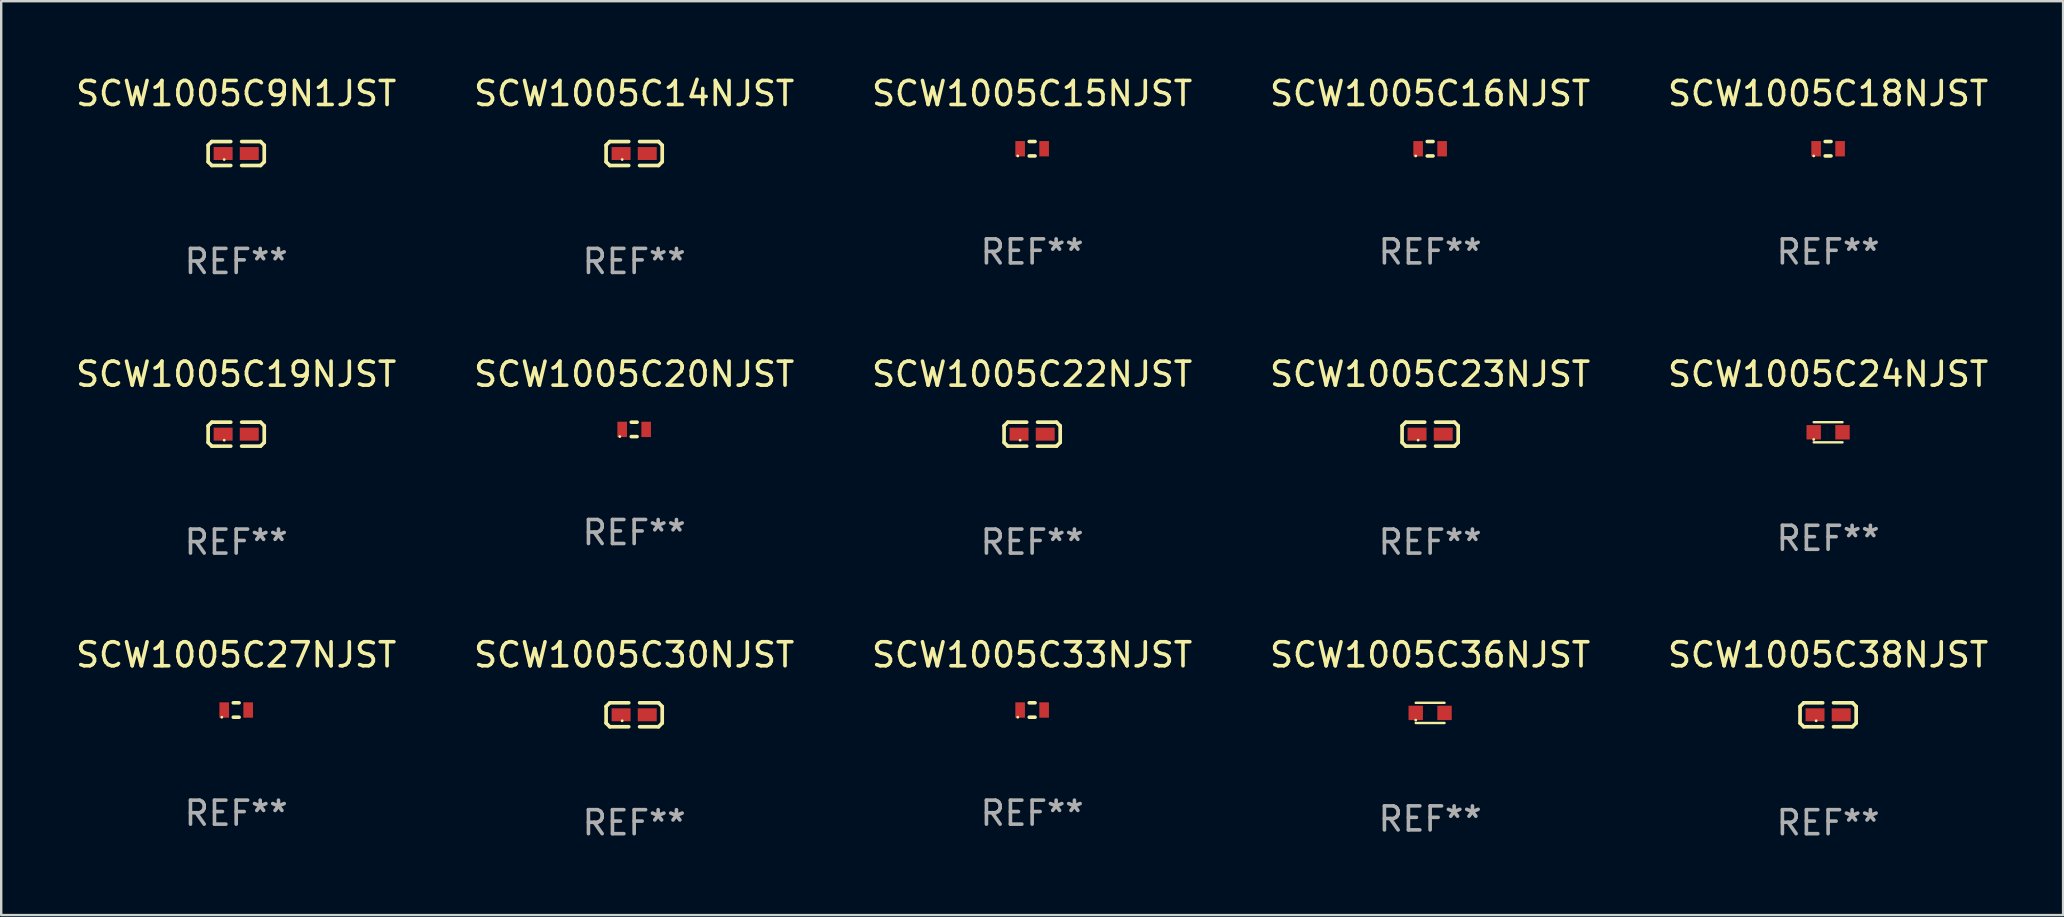
<source format=kicad_pcb>
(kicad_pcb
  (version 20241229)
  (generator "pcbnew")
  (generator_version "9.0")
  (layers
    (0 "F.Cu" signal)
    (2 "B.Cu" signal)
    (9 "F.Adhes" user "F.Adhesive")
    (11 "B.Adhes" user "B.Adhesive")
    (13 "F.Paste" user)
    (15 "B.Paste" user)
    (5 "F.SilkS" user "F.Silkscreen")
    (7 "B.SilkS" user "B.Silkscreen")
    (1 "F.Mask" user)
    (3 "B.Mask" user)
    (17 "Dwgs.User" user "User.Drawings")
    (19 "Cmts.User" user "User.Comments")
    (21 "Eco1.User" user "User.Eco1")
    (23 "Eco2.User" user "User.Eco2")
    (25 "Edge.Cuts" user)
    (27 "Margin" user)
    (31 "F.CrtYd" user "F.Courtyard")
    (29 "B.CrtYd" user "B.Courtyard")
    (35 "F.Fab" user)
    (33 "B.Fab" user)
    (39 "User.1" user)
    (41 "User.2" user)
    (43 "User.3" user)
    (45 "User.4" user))
  (footprint "SCW1005C15NJST"
    (layer "F.Cu")
    (at 39.958 3.148)
    (property "Reference" "SCW1005C15NJST" (at 0 -2.3 0) (layer "F.SilkS") (effects (font (size 1 1) (thickness 0.15))))
    (attr through_hole)
    (fp_line (start -0.121 -0.3) (end 0.121 -0.3) (stroke (width 0.15) (type solid)) (layer "F.SilkS"))
    (fp_line (start -0.121 0.3) (end 0.121 0.3) (stroke (width 0.15) (type solid)) (layer "F.SilkS"))
    (fp_circle (center -0.6 0.3) (end -0.57 0.3) (stroke (width 0.06) (type solid)) (fill no) (layer "F.SilkS"))
    (fp_text user "REF**" (at 0 4.3 0) (layer "F.Fab") (effects (font (size 1 1) (thickness 0.15))))
    (pad "1" smd rect (at -0.5 0 90) (size 0.64 0.4) (layers "F.Cu" "F.Mask" "F.Paste"))
    (pad "2" smd rect (at 0.5 0 90) (size 0.64 0.4) (layers "F.Cu" "F.Mask" "F.Paste")))
  (footprint "SCW1005C23NJST"
    (layer "F.Cu")
    (at 56.542 15.041)
    (property "Reference" "SCW1005C23NJST" (at 0 -2.499 0) (layer "F.SilkS") (effects (font (size 1 1) (thickness 0.15))))
    (attr through_hole)
    (fp_line (start -1.169 -0.346) (end -1.016 -0.499) (stroke (width 0.152) (type solid)) (layer "F.SilkS"))
    (fp_line (start -1.169 0.346) (end -1.169 -0.346) (stroke (width 0.152) (type solid)) (layer "F.SilkS"))
    (fp_line (start -1.016 -0.499) (end -0.226 -0.499) (stroke (width 0.152) (type solid)) (layer "F.SilkS"))
    (fp_line (start -1.016 0.499) (end -1.169 0.346) (stroke (width 0.152) (type solid)) (layer "F.SilkS"))
    (fp_line (start -0.226 0.499) (end -1.016 0.499) (stroke (width 0.152) (type solid)) (layer "F.SilkS"))
    (fp_line (start 0.226 0.499) (end 1.016 0.499) (stroke (width 0.152) (type solid)) (layer "F.SilkS"))
    (fp_line (start 1.016 -0.499) (end 0.226 -0.499) (stroke (width 0.152) (type solid)) (layer "F.SilkS"))
    (fp_line (start 1.016 0.499) (end 1.169 0.346) (stroke (width 0.152) (type solid)) (layer "F.SilkS"))
    (fp_line (start 1.169 -0.346) (end 1.016 -0.499) (stroke (width 0.152) (type solid)) (layer "F.SilkS"))
    (fp_line (start 1.169 0.346) (end 1.169 -0.346) (stroke (width 0.152) (type solid)) (layer "F.SilkS"))
    (fp_circle (center -0.5 0.25) (end -0.47 0.25) (stroke (width 0.06) (type solid)) (fill no) (layer "F.SilkS"))
    (fp_text user "REF**" (at 0 4.499 0) (layer "F.Fab") (effects (font (size 1 1) (thickness 0.15))))
    (pad "1" smd rect (at -0.545 0) (size 0.79 0.54) (layers "F.Cu" "F.Mask" "F.Paste"))
    (pad "2" smd rect (at 0.545 0) (size 0.79 0.54) (layers "F.Cu" "F.Mask" "F.Paste")))
  (footprint "SCW1005C27NJST"
    (layer "F.Cu")
    (at 6.792 26.536)
    (property "Reference" "SCW1005C27NJST" (at 0 -2.3 0) (layer "F.SilkS") (effects (font (size 1 1) (thickness 0.15))))
    (attr through_hole)
    (fp_line (start -0.121 -0.3) (end 0.121 -0.3) (stroke (width 0.15) (type solid)) (layer "F.SilkS"))
    (fp_line (start -0.121 0.3) (end 0.121 0.3) (stroke (width 0.15) (type solid)) (layer "F.SilkS"))
    (fp_circle (center -0.6 0.3) (end -0.57 0.3) (stroke (width 0.06) (type solid)) (fill no) (layer "F.SilkS"))
    (fp_text user "REF**" (at 0 4.3 0) (layer "F.Fab") (effects (font (size 1 1) (thickness 0.15))))
    (pad "1" smd rect (at -0.5 0 90) (size 0.64 0.4) (layers "F.Cu" "F.Mask" "F.Paste"))
    (pad "2" smd rect (at 0.5 0 90) (size 0.64 0.4) (layers "F.Cu" "F.Mask" "F.Paste")))
  (footprint "SCW1005C30NJST"
    (layer "F.Cu")
    (at 23.375 26.734)
    (property "Reference" "SCW1005C30NJST" (at 0 -2.499 0) (layer "F.SilkS") (effects (font (size 1 1) (thickness 0.15))))
    (attr through_hole)
    (fp_line (start -1.169 -0.346) (end -1.016 -0.499) (stroke (width 0.152) (type solid)) (layer "F.SilkS"))
    (fp_line (start -1.169 0.346) (end -1.169 -0.346) (stroke (width 0.152) (type solid)) (layer "F.SilkS"))
    (fp_line (start -1.016 -0.499) (end -0.226 -0.499) (stroke (width 0.152) (type solid)) (layer "F.SilkS"))
    (fp_line (start -1.016 0.499) (end -1.169 0.346) (stroke (width 0.152) (type solid)) (layer "F.SilkS"))
    (fp_line (start -0.226 0.499) (end -1.016 0.499) (stroke (width 0.152) (type solid)) (layer "F.SilkS"))
    (fp_line (start 0.226 0.499) (end 1.016 0.499) (stroke (width 0.152) (type solid)) (layer "F.SilkS"))
    (fp_line (start 1.016 -0.499) (end 0.226 -0.499) (stroke (width 0.152) (type solid)) (layer "F.SilkS"))
    (fp_line (start 1.016 0.499) (end 1.169 0.346) (stroke (width 0.152) (type solid)) (layer "F.SilkS"))
    (fp_line (start 1.169 -0.346) (end 1.016 -0.499) (stroke (width 0.152) (type solid)) (layer "F.SilkS"))
    (fp_line (start 1.169 0.346) (end 1.169 -0.346) (stroke (width 0.152) (type solid)) (layer "F.SilkS"))
    (fp_circle (center -0.5 0.25) (end -0.47 0.25) (stroke (width 0.06) (type solid)) (fill no) (layer "F.SilkS"))
    (fp_text user "REF**" (at 0 4.499 0) (layer "F.Fab") (effects (font (size 1 1) (thickness 0.15))))
    (pad "1" smd rect (at -0.545 0) (size 0.79 0.54) (layers "F.Cu" "F.Mask" "F.Paste"))
    (pad "2" smd rect (at 0.545 0) (size 0.79 0.54) (layers "F.Cu" "F.Mask" "F.Paste")))
  (footprint "SCW1005C38NJST"
    (layer "F.Cu")
    (at 73.125 26.734)
    (property "Reference" "SCW1005C38NJST" (at 0 -2.499 0) (layer "F.SilkS") (effects (font (size 1 1) (thickness 0.15))))
    (attr through_hole)
    (fp_line (start -1.169 -0.346) (end -1.016 -0.499) (stroke (width 0.152) (type solid)) (layer "F.SilkS"))
    (fp_line (start -1.169 0.346) (end -1.169 -0.346) (stroke (width 0.152) (type solid)) (layer "F.SilkS"))
    (fp_line (start -1.016 -0.499) (end -0.226 -0.499) (stroke (width 0.152) (type solid)) (layer "F.SilkS"))
    (fp_line (start -1.016 0.499) (end -1.169 0.346) (stroke (width 0.152) (type solid)) (layer "F.SilkS"))
    (fp_line (start -0.226 0.499) (end -1.016 0.499) (stroke (width 0.152) (type solid)) (layer "F.SilkS"))
    (fp_line (start 0.226 0.499) (end 1.016 0.499) (stroke (width 0.152) (type solid)) (layer "F.SilkS"))
    (fp_line (start 1.016 -0.499) (end 0.226 -0.499) (stroke (width 0.152) (type solid)) (layer "F.SilkS"))
    (fp_line (start 1.016 0.499) (end 1.169 0.346) (stroke (width 0.152) (type solid)) (layer "F.SilkS"))
    (fp_line (start 1.169 -0.346) (end 1.016 -0.499) (stroke (width 0.152) (type solid)) (layer "F.SilkS"))
    (fp_line (start 1.169 0.346) (end 1.169 -0.346) (stroke (width 0.152) (type solid)) (layer "F.SilkS"))
    (fp_circle (center -0.5 0.25) (end -0.47 0.25) (stroke (width 0.06) (type solid)) (fill no) (layer "F.SilkS"))
    (fp_text user "REF**" (at 0 4.499 0) (layer "F.Fab") (effects (font (size 1 1) (thickness 0.15))))
    (pad "1" smd rect (at -0.545 0) (size 0.79 0.54) (layers "F.Cu" "F.Mask" "F.Paste"))
    (pad "2" smd rect (at 0.545 0) (size 0.79 0.54) (layers "F.Cu" "F.Mask" "F.Paste")))
  (footprint "SCW1005C9N1JST"
    (layer "F.Cu")
    (at 6.792 3.347)
    (property "Reference" "SCW1005C9N1JST" (at 0 -2.499 0) (layer "F.SilkS") (effects (font (size 1 1) (thickness 0.15))))
    (attr through_hole)
    (fp_line (start -1.169 -0.346) (end -1.016 -0.499) (stroke (width 0.152) (type solid)) (layer "F.SilkS"))
    (fp_line (start -1.169 0.346) (end -1.169 -0.346) (stroke (width 0.152) (type solid)) (layer "F.SilkS"))
    (fp_line (start -1.016 -0.499) (end -0.226 -0.499) (stroke (width 0.152) (type solid)) (layer "F.SilkS"))
    (fp_line (start -1.016 0.499) (end -1.169 0.346) (stroke (width 0.152) (type solid)) (layer "F.SilkS"))
    (fp_line (start -0.226 0.499) (end -1.016 0.499) (stroke (width 0.152) (type solid)) (layer "F.SilkS"))
    (fp_line (start 0.226 0.499) (end 1.016 0.499) (stroke (width 0.152) (type solid)) (layer "F.SilkS"))
    (fp_line (start 1.016 -0.499) (end 0.226 -0.499) (stroke (width 0.152) (type solid)) (layer "F.SilkS"))
    (fp_line (start 1.016 0.499) (end 1.169 0.346) (stroke (width 0.152) (type solid)) (layer "F.SilkS"))
    (fp_line (start 1.169 -0.346) (end 1.016 -0.499) (stroke (width 0.152) (type solid)) (layer "F.SilkS"))
    (fp_line (start 1.169 0.346) (end 1.169 -0.346) (stroke (width 0.152) (type solid)) (layer "F.SilkS"))
    (fp_circle (center -0.5 0.25) (end -0.47 0.25) (stroke (width 0.06) (type solid)) (fill no) (layer "F.SilkS"))
    (fp_text user "REF**" (at 0 4.499 0) (layer "F.Fab") (effects (font (size 1 1) (thickness 0.15))))
    (pad "1" smd rect (at -0.545 0) (size 0.79 0.54) (layers "F.Cu" "F.Mask" "F.Paste"))
    (pad "2" smd rect (at 0.545 0) (size 0.79 0.54) (layers "F.Cu" "F.Mask" "F.Paste")))
  (footprint "SCW1005C14NJST"
    (layer "F.Cu")
    (at 23.375 3.347)
    (property "Reference" "SCW1005C14NJST" (at 0 -2.499 0) (layer "F.SilkS") (effects (font (size 1 1) (thickness 0.15))))
    (attr through_hole)
    (fp_line (start -1.169 -0.346) (end -1.016 -0.499) (stroke (width 0.152) (type solid)) (layer "F.SilkS"))
    (fp_line (start -1.169 0.346) (end -1.169 -0.346) (stroke (width 0.152) (type solid)) (layer "F.SilkS"))
    (fp_line (start -1.016 -0.499) (end -0.226 -0.499) (stroke (width 0.152) (type solid)) (layer "F.SilkS"))
    (fp_line (start -1.016 0.499) (end -1.169 0.346) (stroke (width 0.152) (type solid)) (layer "F.SilkS"))
    (fp_line (start -0.226 0.499) (end -1.016 0.499) (stroke (width 0.152) (type solid)) (layer "F.SilkS"))
    (fp_line (start 0.226 0.499) (end 1.016 0.499) (stroke (width 0.152) (type solid)) (layer "F.SilkS"))
    (fp_line (start 1.016 -0.499) (end 0.226 -0.499) (stroke (width 0.152) (type solid)) (layer "F.SilkS"))
    (fp_line (start 1.016 0.499) (end 1.169 0.346) (stroke (width 0.152) (type solid)) (layer "F.SilkS"))
    (fp_line (start 1.169 -0.346) (end 1.016 -0.499) (stroke (width 0.152) (type solid)) (layer "F.SilkS"))
    (fp_line (start 1.169 0.346) (end 1.169 -0.346) (stroke (width 0.152) (type solid)) (layer "F.SilkS"))
    (fp_circle (center -0.5 0.25) (end -0.47 0.25) (stroke (width 0.06) (type solid)) (fill no) (layer "F.SilkS"))
    (fp_text user "REF**" (at 0 4.499 0) (layer "F.Fab") (effects (font (size 1 1) (thickness 0.15))))
    (pad "1" smd rect (at -0.545 0) (size 0.79 0.54) (layers "F.Cu" "F.Mask" "F.Paste"))
    (pad "2" smd rect (at 0.545 0) (size 0.79 0.54) (layers "F.Cu" "F.Mask" "F.Paste")))
  (footprint "SCW1005C18NJST"
    (layer "F.Cu")
    (at 73.125 3.148)
    (property "Reference" "SCW1005C18NJST" (at 0 -2.3 0) (layer "F.SilkS") (effects (font (size 1 1) (thickness 0.15))))
    (attr through_hole)
    (fp_line (start -0.121 -0.3) (end 0.121 -0.3) (stroke (width 0.15) (type solid)) (layer "F.SilkS"))
    (fp_line (start -0.121 0.3) (end 0.121 0.3) (stroke (width 0.15) (type solid)) (layer "F.SilkS"))
    (fp_circle (center -0.6 0.3) (end -0.57 0.3) (stroke (width 0.06) (type solid)) (fill no) (layer "F.SilkS"))
    (fp_text user "REF**" (at 0 4.3 0) (layer "F.Fab") (effects (font (size 1 1) (thickness 0.15))))
    (pad "1" smd rect (at -0.5 0 90) (size 0.64 0.4) (layers "F.Cu" "F.Mask" "F.Paste"))
    (pad "2" smd rect (at 0.5 0 90) (size 0.64 0.4) (layers "F.Cu" "F.Mask" "F.Paste")))
  (footprint "SCW1005C16NJST"
    (layer "F.Cu")
    (at 56.542 3.148)
    (property "Reference" "SCW1005C16NJST" (at 0 -2.3 0) (layer "F.SilkS") (effects (font (size 1 1) (thickness 0.15))))
    (attr through_hole)
    (fp_line (start -0.121 -0.3) (end 0.121 -0.3) (stroke (width 0.15) (type solid)) (layer "F.SilkS"))
    (fp_line (start -0.121 0.3) (end 0.121 0.3) (stroke (width 0.15) (type solid)) (layer "F.SilkS"))
    (fp_circle (center -0.6 0.3) (end -0.57 0.3) (stroke (width 0.06) (type solid)) (fill no) (layer "F.SilkS"))
    (fp_text user "REF**" (at 0 4.3 0) (layer "F.Fab") (effects (font (size 1 1) (thickness 0.15))))
    (pad "1" smd rect (at -0.5 0 90) (size 0.64 0.4) (layers "F.Cu" "F.Mask" "F.Paste"))
    (pad "2" smd rect (at 0.5 0 90) (size 0.64 0.4) (layers "F.Cu" "F.Mask" "F.Paste")))
  (footprint "SCW1005C22NJST"
    (layer "F.Cu")
    (at 39.958 15.041)
    (property "Reference" "SCW1005C22NJST" (at 0 -2.499 0) (layer "F.SilkS") (effects (font (size 1 1) (thickness 0.15))))
    (attr through_hole)
    (fp_line (start -1.169 -0.346) (end -1.016 -0.499) (stroke (width 0.152) (type solid)) (layer "F.SilkS"))
    (fp_line (start -1.169 0.346) (end -1.169 -0.346) (stroke (width 0.152) (type solid)) (layer "F.SilkS"))
    (fp_line (start -1.016 -0.499) (end -0.226 -0.499) (stroke (width 0.152) (type solid)) (layer "F.SilkS"))
    (fp_line (start -1.016 0.499) (end -1.169 0.346) (stroke (width 0.152) (type solid)) (layer "F.SilkS"))
    (fp_line (start -0.226 0.499) (end -1.016 0.499) (stroke (width 0.152) (type solid)) (layer "F.SilkS"))
    (fp_line (start 0.226 0.499) (end 1.016 0.499) (stroke (width 0.152) (type solid)) (layer "F.SilkS"))
    (fp_line (start 1.016 -0.499) (end 0.226 -0.499) (stroke (width 0.152) (type solid)) (layer "F.SilkS"))
    (fp_line (start 1.016 0.499) (end 1.169 0.346) (stroke (width 0.152) (type solid)) (layer "F.SilkS"))
    (fp_line (start 1.169 -0.346) (end 1.016 -0.499) (stroke (width 0.152) (type solid)) (layer "F.SilkS"))
    (fp_line (start 1.169 0.346) (end 1.169 -0.346) (stroke (width 0.152) (type solid)) (layer "F.SilkS"))
    (fp_circle (center -0.5 0.25) (end -0.47 0.25) (stroke (width 0.06) (type solid)) (fill no) (layer "F.SilkS"))
    (fp_text user "REF**" (at 0 4.499 0) (layer "F.Fab") (effects (font (size 1 1) (thickness 0.15))))
    (pad "1" smd rect (at -0.545 0) (size 0.79 0.54) (layers "F.Cu" "F.Mask" "F.Paste"))
    (pad "2" smd rect (at 0.545 0) (size 0.79 0.54) (layers "F.Cu" "F.Mask" "F.Paste")))
  (footprint "SCW1005C19NJST"
    (layer "F.Cu")
    (at 6.792 15.041)
    (property "Reference" "SCW1005C19NJST" (at 0 -2.499 0) (layer "F.SilkS") (effects (font (size 1 1) (thickness 0.15))))
    (attr through_hole)
    (fp_line (start -1.169 -0.346) (end -1.016 -0.499) (stroke (width 0.152) (type solid)) (layer "F.SilkS"))
    (fp_line (start -1.169 0.346) (end -1.169 -0.346) (stroke (width 0.152) (type solid)) (layer "F.SilkS"))
    (fp_line (start -1.016 -0.499) (end -0.226 -0.499) (stroke (width 0.152) (type solid)) (layer "F.SilkS"))
    (fp_line (start -1.016 0.499) (end -1.169 0.346) (stroke (width 0.152) (type solid)) (layer "F.SilkS"))
    (fp_line (start -0.226 0.499) (end -1.016 0.499) (stroke (width 0.152) (type solid)) (layer "F.SilkS"))
    (fp_line (start 0.226 0.499) (end 1.016 0.499) (stroke (width 0.152) (type solid)) (layer "F.SilkS"))
    (fp_line (start 1.016 -0.499) (end 0.226 -0.499) (stroke (width 0.152) (type solid)) (layer "F.SilkS"))
    (fp_line (start 1.016 0.499) (end 1.169 0.346) (stroke (width 0.152) (type solid)) (layer "F.SilkS"))
    (fp_line (start 1.169 -0.346) (end 1.016 -0.499) (stroke (width 0.152) (type solid)) (layer "F.SilkS"))
    (fp_line (start 1.169 0.346) (end 1.169 -0.346) (stroke (width 0.152) (type solid)) (layer "F.SilkS"))
    (fp_circle (center -0.5 0.25) (end -0.47 0.25) (stroke (width 0.06) (type solid)) (fill no) (layer "F.SilkS"))
    (fp_text user "REF**" (at 0 4.499 0) (layer "F.Fab") (effects (font (size 1 1) (thickness 0.15))))
    (pad "1" smd rect (at -0.545 0) (size 0.79 0.54) (layers "F.Cu" "F.Mask" "F.Paste"))
    (pad "2" smd rect (at 0.545 0) (size 0.79 0.54) (layers "F.Cu" "F.Mask" "F.Paste")))
  (footprint "SCW1005C36NJST"
    (layer "F.Cu")
    (at 56.542 26.656)
    (property "Reference" "SCW1005C36NJST" (at 0 -2.42 0) (layer "F.SilkS") (effects (font (size 1 1) (thickness 0.15))))
    (attr through_hole)
    (fp_line (start -0.6 -0.42) (end 0.6 -0.42) (stroke (width 0.1) (type solid)) (layer "F.SilkS"))
    (fp_line (start -0.6 0.42) (end 0.6 0.42) (stroke (width 0.1) (type solid)) (layer "F.SilkS"))
    (fp_circle (center -0.6 0.3) (end -0.57 0.3) (stroke (width 0.06) (type solid)) (fill no) (layer "F.SilkS"))
    (fp_text user "REF**" (at 0 4.42 0) (layer "F.Fab") (effects (font (size 1 1) (thickness 0.15))))
    (pad "1" smd rect (at -0.6 0) (size 0.6 0.6) (layers "F.Cu" "F.Mask" "F.Paste"))
    (pad "2" smd rect (at 0.6 0) (size 0.6 0.6) (layers "F.Cu" "F.Mask" "F.Paste")))
  (footprint "SCW1005C24NJST"
    (layer "F.Cu")
    (at 73.125 14.962)
    (property "Reference" "SCW1005C24NJST" (at 0 -2.42 0) (layer "F.SilkS") (effects (font (size 1 1) (thickness 0.15))))
    (attr through_hole)
    (fp_line (start -0.6 -0.42) (end 0.6 -0.42) (stroke (width 0.1) (type solid)) (layer "F.SilkS"))
    (fp_line (start -0.6 0.42) (end 0.6 0.42) (stroke (width 0.1) (type solid)) (layer "F.SilkS"))
    (fp_circle (center -0.6 0.3) (end -0.57 0.3) (stroke (width 0.06) (type solid)) (fill no) (layer "F.SilkS"))
    (fp_text user "REF**" (at 0 4.42 0) (layer "F.Fab") (effects (font (size 1 1) (thickness 0.15))))
    (pad "1" smd rect (at -0.6 0) (size 0.6 0.6) (layers "F.Cu" "F.Mask" "F.Paste"))
    (pad "2" smd rect (at 0.6 0) (size 0.6 0.6) (layers "F.Cu" "F.Mask" "F.Paste")))
  (footprint "SCW1005C33NJST"
    (layer "F.Cu")
    (at 39.958 26.536)
    (property "Reference" "SCW1005C33NJST" (at 0 -2.3 0) (layer "F.SilkS") (effects (font (size 1 1) (thickness 0.15))))
    (attr through_hole)
    (fp_line (start -0.121 -0.3) (end 0.121 -0.3) (stroke (width 0.15) (type solid)) (layer "F.SilkS"))
    (fp_line (start -0.121 0.3) (end 0.121 0.3) (stroke (width 0.15) (type solid)) (layer "F.SilkS"))
    (fp_circle (center -0.6 0.3) (end -0.57 0.3) (stroke (width 0.06) (type solid)) (fill no) (layer "F.SilkS"))
    (fp_text user "REF**" (at 0 4.3 0) (layer "F.Fab") (effects (font (size 1 1) (thickness 0.15))))
    (pad "1" smd rect (at -0.5 0 90) (size 0.64 0.4) (layers "F.Cu" "F.Mask" "F.Paste"))
    (pad "2" smd rect (at 0.5 0 90) (size 0.64 0.4) (layers "F.Cu" "F.Mask" "F.Paste")))
  (footprint "SCW1005C20NJST"
    (layer "F.Cu")
    (at 23.375 14.842)
    (property "Reference" "SCW1005C20NJST" (at 0 -2.3 0) (layer "F.SilkS") (effects (font (size 1 1) (thickness 0.15))))
    (attr through_hole)
    (fp_line (start -0.121 -0.3) (end 0.121 -0.3) (stroke (width 0.15) (type solid)) (layer "F.SilkS"))
    (fp_line (start -0.121 0.3) (end 0.121 0.3) (stroke (width 0.15) (type solid)) (layer "F.SilkS"))
    (fp_circle (center -0.6 0.3) (end -0.57 0.3) (stroke (width 0.06) (type solid)) (fill no) (layer "F.SilkS"))
    (fp_text user "REF**" (at 0 4.3 0) (layer "F.Fab") (effects (font (size 1 1) (thickness 0.15))))
    (pad "1" smd rect (at -0.5 0 90) (size 0.64 0.4) (layers "F.Cu" "F.Mask" "F.Paste"))
    (pad "2" smd rect (at 0.5 0 90) (size 0.64 0.4) (layers "F.Cu" "F.Mask" "F.Paste")))
  (gr_rect
    (start -3 -3)
    (end 82.917 35.081)
    (stroke (width 0.1) (type default))
    (fill no)
    (layer "Edge.Cuts")))
</source>
